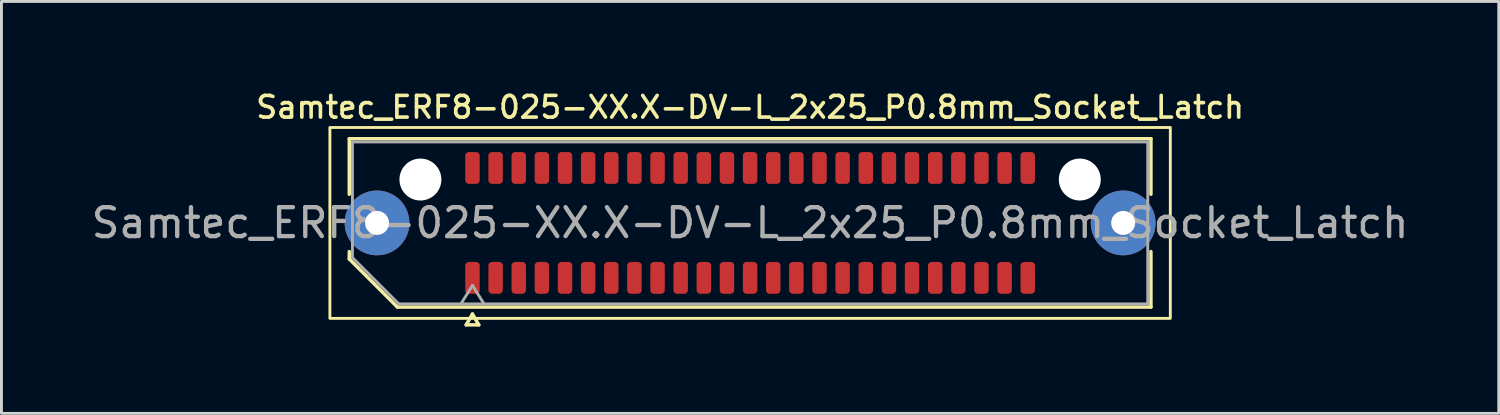
<source format=kicad_pcb>
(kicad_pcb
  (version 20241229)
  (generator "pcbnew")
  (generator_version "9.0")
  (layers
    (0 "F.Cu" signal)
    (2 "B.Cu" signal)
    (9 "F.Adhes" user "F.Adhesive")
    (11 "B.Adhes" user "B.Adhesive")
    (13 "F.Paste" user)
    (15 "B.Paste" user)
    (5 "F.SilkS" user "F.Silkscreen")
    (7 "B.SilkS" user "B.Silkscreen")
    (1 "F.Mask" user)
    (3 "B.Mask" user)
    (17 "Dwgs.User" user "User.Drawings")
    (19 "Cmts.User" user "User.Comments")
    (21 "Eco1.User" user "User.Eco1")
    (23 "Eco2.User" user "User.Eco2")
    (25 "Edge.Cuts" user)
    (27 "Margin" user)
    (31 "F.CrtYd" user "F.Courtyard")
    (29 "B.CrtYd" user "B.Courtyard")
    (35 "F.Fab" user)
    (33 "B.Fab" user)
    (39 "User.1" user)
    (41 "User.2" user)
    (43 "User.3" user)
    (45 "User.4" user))
  (footprint "Samtec_ERF8-025-XX.X-DV-L_2x25_P0.8mm_Socket_Latch"
    (layer "F.Cu")
    (at 22.887 4.658)
    (property "Reference" "Samtec_ERF8-025-XX.X-DV-L_2x25_P0.8mm_Socket_Latch" (at 0 -4 0) (layer "F.SilkS") (effects (font (size 0.75 0.75) (thickness 0.125))))
    (attr smd)
    (fp_line (start -13.86 -2.91) (end 13.86 -2.91) (stroke (width 0.12) (type solid)) (layer "F.SilkS"))
    (fp_line (start -13.86 -0.991) (end -13.86 -2.91) (stroke (width 0.12) (type solid)) (layer "F.SilkS"))
    (fp_line (start -13.86 1.246) (end -13.86 0.991) (stroke (width 0.12) (type solid)) (layer "F.SilkS"))
    (fp_line (start -12.196 2.91) (end -13.86 1.246) (stroke (width 0.12) (type solid)) (layer "F.SilkS"))
    (fp_line (start -9.817 3.525) (end -9.6 3.15) (stroke (width 0.12) (type solid)) (layer "F.SilkS"))
    (fp_line (start -9.6 3.15) (end -9.383 3.525) (stroke (width 0.12) (type solid)) (layer "F.SilkS"))
    (fp_line (start -9.383 3.525) (end -9.817 3.525) (stroke (width 0.12) (type solid)) (layer "F.SilkS"))
    (fp_line (start 13.86 -2.91) (end 13.86 -0.991) (stroke (width 0.12) (type solid)) (layer "F.SilkS"))
    (fp_line (start 13.86 0.991) (end 13.86 2.91) (stroke (width 0.12) (type solid)) (layer "F.SilkS"))
    (fp_line (start 13.86 2.91) (end -12.196 2.91) (stroke (width 0.12) (type solid)) (layer "F.SilkS"))
    (fp_rect (start -14.53 -3.3) (end 14.53 3.3) (stroke (width 0.1) (type solid)) (fill no) (layer "F.SilkS"))
    (fp_line (start -13.75 -2.8) (end 13.75 -2.8) (stroke (width 0.1) (type solid)) (layer "F.Fab"))
    (fp_line (start -13.75 1.2) (end -13.75 -2.8) (stroke (width 0.1) (type solid)) (layer "F.Fab"))
    (fp_line (start -12.15 2.8) (end -13.75 1.2) (stroke (width 0.1) (type solid)) (layer "F.Fab"))
    (fp_line (start -10 2.8) (end -9.6 2.16) (stroke (width 0.1) (type solid)) (layer "F.Fab"))
    (fp_line (start -9.6 2.16) (end -9.2 2.8) (stroke (width 0.1) (type solid)) (layer "F.Fab"))
    (fp_line (start 13.75 -2.8) (end 13.75 2.8) (stroke (width 0.1) (type solid)) (layer "F.Fab"))
    (fp_line (start 13.75 2.8) (end -12.15 2.8) (stroke (width 0.1) (type solid)) (layer "F.Fab"))
    (fp_text user "${REFERENCE}" (at 0 0 0) (layer "F.Fab") (effects (font (size 1 1) (thickness 0.15))))
    (pad "" thru_hole circle (at -12.9 0) (size 2.24 2.24) (drill 0.83) (layers "*.Cu" "*.Mask" "F.Paste"))
    (pad "" np_thru_hole circle (at -11.4 -1.5) (size 1.45 1.45) (drill 1.45) (layers "*.Cu" "*.Mask"))
    (pad "" np_thru_hole circle (at 11.4 -1.5) (size 1.45 1.45) (drill 1.45) (layers "*.Cu" "*.Mask"))
    (pad "" thru_hole circle (at 12.9 0) (size 2.24 2.24) (drill 0.83) (layers "*.Cu" "*.Mask" "F.Paste"))
    (pad "1" smd roundrect (at -9.6 1.9) (size 0.5 1.1) (layers "F.Cu" "F.Mask" "F.Paste") (roundrect_rratio 0.25))
    (pad "2" smd roundrect (at -9.6 -1.9) (size 0.5 1.1) (layers "F.Cu" "F.Mask" "F.Paste") (roundrect_rratio 0.25))
    (pad "3" smd roundrect (at -8.8 1.9) (size 0.5 1.1) (layers "F.Cu" "F.Mask" "F.Paste") (roundrect_rratio 0.25))
    (pad "4" smd roundrect (at -8.8 -1.9) (size 0.5 1.1) (layers "F.Cu" "F.Mask" "F.Paste") (roundrect_rratio 0.25))
    (pad "5" smd roundrect (at -8 1.9) (size 0.5 1.1) (layers "F.Cu" "F.Mask" "F.Paste") (roundrect_rratio 0.25))
    (pad "6" smd roundrect (at -8 -1.9) (size 0.5 1.1) (layers "F.Cu" "F.Mask" "F.Paste") (roundrect_rratio 0.25))
    (pad "7" smd roundrect (at -7.2 1.9) (size 0.5 1.1) (layers "F.Cu" "F.Mask" "F.Paste") (roundrect_rratio 0.25))
    (pad "8" smd roundrect (at -7.2 -1.9) (size 0.5 1.1) (layers "F.Cu" "F.Mask" "F.Paste") (roundrect_rratio 0.25))
    (pad "9" smd roundrect (at -6.4 1.9) (size 0.5 1.1) (layers "F.Cu" "F.Mask" "F.Paste") (roundrect_rratio 0.25))
    (pad "10" smd roundrect (at -6.4 -1.9) (size 0.5 1.1) (layers "F.Cu" "F.Mask" "F.Paste") (roundrect_rratio 0.25))
    (pad "11" smd roundrect (at -5.6 1.9) (size 0.5 1.1) (layers "F.Cu" "F.Mask" "F.Paste") (roundrect_rratio 0.25))
    (pad "12" smd roundrect (at -5.6 -1.9) (size 0.5 1.1) (layers "F.Cu" "F.Mask" "F.Paste") (roundrect_rratio 0.25))
    (pad "13" smd roundrect (at -4.8 1.9) (size 0.5 1.1) (layers "F.Cu" "F.Mask" "F.Paste") (roundrect_rratio 0.25))
    (pad "14" smd roundrect (at -4.8 -1.9) (size 0.5 1.1) (layers "F.Cu" "F.Mask" "F.Paste") (roundrect_rratio 0.25))
    (pad "15" smd roundrect (at -4 1.9) (size 0.5 1.1) (layers "F.Cu" "F.Mask" "F.Paste") (roundrect_rratio 0.25))
    (pad "16" smd roundrect (at -4 -1.9) (size 0.5 1.1) (layers "F.Cu" "F.Mask" "F.Paste") (roundrect_rratio 0.25))
    (pad "17" smd roundrect (at -3.2 1.9) (size 0.5 1.1) (layers "F.Cu" "F.Mask" "F.Paste") (roundrect_rratio 0.25))
    (pad "18" smd roundrect (at -3.2 -1.9) (size 0.5 1.1) (layers "F.Cu" "F.Mask" "F.Paste") (roundrect_rratio 0.25))
    (pad "19" smd roundrect (at -2.4 1.9) (size 0.5 1.1) (layers "F.Cu" "F.Mask" "F.Paste") (roundrect_rratio 0.25))
    (pad "20" smd roundrect (at -2.4 -1.9) (size 0.5 1.1) (layers "F.Cu" "F.Mask" "F.Paste") (roundrect_rratio 0.25))
    (pad "21" smd roundrect (at -1.6 1.9) (size 0.5 1.1) (layers "F.Cu" "F.Mask" "F.Paste") (roundrect_rratio 0.25))
    (pad "22" smd roundrect (at -1.6 -1.9) (size 0.5 1.1) (layers "F.Cu" "F.Mask" "F.Paste") (roundrect_rratio 0.25))
    (pad "23" smd roundrect (at -0.8 1.9) (size 0.5 1.1) (layers "F.Cu" "F.Mask" "F.Paste") (roundrect_rratio 0.25))
    (pad "24" smd roundrect (at -0.8 -1.9) (size 0.5 1.1) (layers "F.Cu" "F.Mask" "F.Paste") (roundrect_rratio 0.25))
    (pad "25" smd roundrect (at 0 1.9) (size 0.5 1.1) (layers "F.Cu" "F.Mask" "F.Paste") (roundrect_rratio 0.25))
    (pad "26" smd roundrect (at 0 -1.9) (size 0.5 1.1) (layers "F.Cu" "F.Mask" "F.Paste") (roundrect_rratio 0.25))
    (pad "27" smd roundrect (at 0.8 1.9) (size 0.5 1.1) (layers "F.Cu" "F.Mask" "F.Paste") (roundrect_rratio 0.25))
    (pad "28" smd roundrect (at 0.8 -1.9) (size 0.5 1.1) (layers "F.Cu" "F.Mask" "F.Paste") (roundrect_rratio 0.25))
    (pad "29" smd roundrect (at 1.6 1.9) (size 0.5 1.1) (layers "F.Cu" "F.Mask" "F.Paste") (roundrect_rratio 0.25))
    (pad "30" smd roundrect (at 1.6 -1.9) (size 0.5 1.1) (layers "F.Cu" "F.Mask" "F.Paste") (roundrect_rratio 0.25))
    (pad "31" smd roundrect (at 2.4 1.9) (size 0.5 1.1) (layers "F.Cu" "F.Mask" "F.Paste") (roundrect_rratio 0.25))
    (pad "32" smd roundrect (at 2.4 -1.9) (size 0.5 1.1) (layers "F.Cu" "F.Mask" "F.Paste") (roundrect_rratio 0.25))
    (pad "33" smd roundrect (at 3.2 1.9) (size 0.5 1.1) (layers "F.Cu" "F.Mask" "F.Paste") (roundrect_rratio 0.25))
    (pad "34" smd roundrect (at 3.2 -1.9) (size 0.5 1.1) (layers "F.Cu" "F.Mask" "F.Paste") (roundrect_rratio 0.25))
    (pad "35" smd roundrect (at 4 1.9) (size 0.5 1.1) (layers "F.Cu" "F.Mask" "F.Paste") (roundrect_rratio 0.25))
    (pad "36" smd roundrect (at 4 -1.9) (size 0.5 1.1) (layers "F.Cu" "F.Mask" "F.Paste") (roundrect_rratio 0.25))
    (pad "37" smd roundrect (at 4.8 1.9) (size 0.5 1.1) (layers "F.Cu" "F.Mask" "F.Paste") (roundrect_rratio 0.25))
    (pad "38" smd roundrect (at 4.8 -1.9) (size 0.5 1.1) (layers "F.Cu" "F.Mask" "F.Paste") (roundrect_rratio 0.25))
    (pad "39" smd roundrect (at 5.6 1.9) (size 0.5 1.1) (layers "F.Cu" "F.Mask" "F.Paste") (roundrect_rratio 0.25))
    (pad "40" smd roundrect (at 5.6 -1.9) (size 0.5 1.1) (layers "F.Cu" "F.Mask" "F.Paste") (roundrect_rratio 0.25))
    (pad "41" smd roundrect (at 6.4 1.9) (size 0.5 1.1) (layers "F.Cu" "F.Mask" "F.Paste") (roundrect_rratio 0.25))
    (pad "42" smd roundrect (at 6.4 -1.9) (size 0.5 1.1) (layers "F.Cu" "F.Mask" "F.Paste") (roundrect_rratio 0.25))
    (pad "43" smd roundrect (at 7.2 1.9) (size 0.5 1.1) (layers "F.Cu" "F.Mask" "F.Paste") (roundrect_rratio 0.25))
    (pad "44" smd roundrect (at 7.2 -1.9) (size 0.5 1.1) (layers "F.Cu" "F.Mask" "F.Paste") (roundrect_rratio 0.25))
    (pad "45" smd roundrect (at 8 1.9) (size 0.5 1.1) (layers "F.Cu" "F.Mask" "F.Paste") (roundrect_rratio 0.25))
    (pad "46" smd roundrect (at 8 -1.9) (size 0.5 1.1) (layers "F.Cu" "F.Mask" "F.Paste") (roundrect_rratio 0.25))
    (pad "47" smd roundrect (at 8.8 1.9) (size 0.5 1.1) (layers "F.Cu" "F.Mask" "F.Paste") (roundrect_rratio 0.25))
    (pad "48" smd roundrect (at 8.8 -1.9) (size 0.5 1.1) (layers "F.Cu" "F.Mask" "F.Paste") (roundrect_rratio 0.25))
    (pad "49" smd roundrect (at 9.6 1.9) (size 0.5 1.1) (layers "F.Cu" "F.Mask" "F.Paste") (roundrect_rratio 0.25))
    (pad "50" smd roundrect (at 9.6 -1.9) (size 0.5 1.1) (layers "F.Cu" "F.Mask" "F.Paste") (roundrect_rratio 0.25)))
  (gr_rect
    (start -3 -3)
    (end 48.774 11.243)
    (stroke (width 0.1) (type default))
    (fill no)
    (layer "Edge.Cuts")))
</source>
